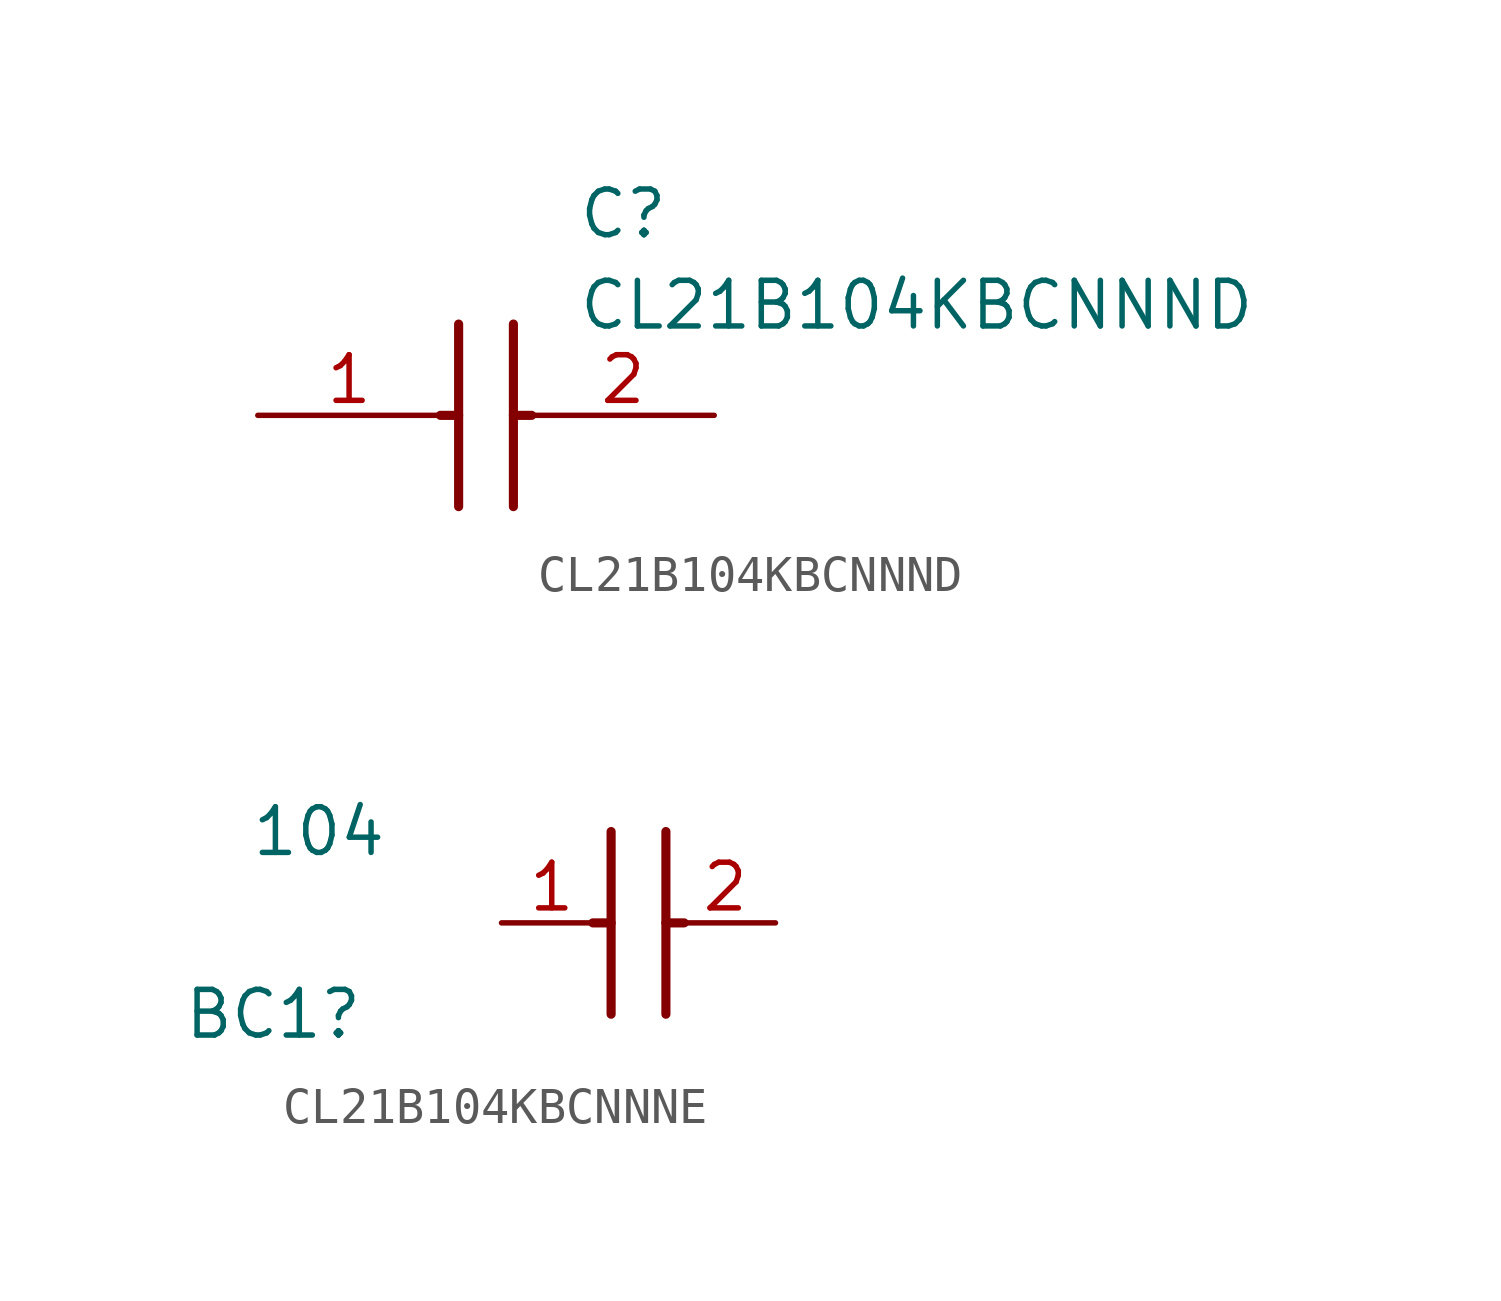
<source format=kicad_sym>
(kicad_symbol_lib
  (version 20231120)
  (generator "kicad_symbol_editor")
  (generator_version "8.0")
  (symbol "CL21B104KBCNNND"
    (pin_names hide)
    (property "Reference" "C"
      (at 8.89 6.35 0)
      (effects (font (size 1.27 1.27)) (justify left top)))
    (property "Value" "CL21B104KBCNNND"
      (at 8.89 3.81 0)
      (effects (font (size 1.27 1.27)) (justify left top)))
    (symbol "CL21B104KBCNNND_1_1"
      (polyline (pts (xy 5.08 0) (xy 5.588 0)) (stroke (width 0.254) (type default)) (fill (type none)))
      (polyline (pts (xy 5.588 2.54) (xy 5.588 -2.54)) (stroke (width 0.254) (type default)) (fill (type none)))
      (polyline (pts (xy 7.112 0) (xy 7.62 0)) (stroke (width 0.254) (type default)) (fill (type none)))
      (polyline (pts (xy 7.112 2.54) (xy 7.112 -2.54)) (stroke (width 0.254) (type default)) (fill (type none)))
      (pin passive line (at 0 0 0) (length 5.08) (name "1" (effects (font (size 1.27 1.27)))) (number "1" (effects (font (size 1.27 1.27)))))
      (pin passive line (at 12.7 0 180) (length 5.08) (name "2" (effects (font (size 1.27 1.27)))) (number "2" (effects (font (size 1.27 1.27)))))))
  (symbol "CL21B104KBCNNNE"
    (pin_names hide)
    (property "Reference" "BC1"
      (at -3.81 -2.54 0)
      (effects (font (size 1.27 1.27))))
    (property "Value" "104"
      (at -2.54 2.54 0)
      (effects (font (size 1.27 1.27))))
    (symbol "CL21B104KBCNNNE_1_1"
      (polyline (pts (xy 5.08 0) (xy 5.588 0)) (stroke (width 0.254) (type default)) (fill (type none)))
      (polyline (pts (xy 5.588 2.54) (xy 5.588 -2.54)) (stroke (width 0.254) (type default)) (fill (type none)))
      (polyline (pts (xy 7.112 0) (xy 7.62 0)) (stroke (width 0.254) (type default)) (fill (type none)))
      (polyline (pts (xy 7.112 2.54) (xy 7.112 -2.54)) (stroke (width 0.254) (type default)) (fill (type none)))
      (pin passive line (at 2.54 0 0) (length 2.794) (name "1" (effects (font (size 1.27 1.27)))) (number "1" (effects (font (size 1.27 1.27)))))
      (pin passive line (at 10.16 0 180) (length 2.794) (name "2" (effects (font (size 1.27 1.27)))) (number "2" (effects (font (size 1.27 1.27))))))))
</source>
